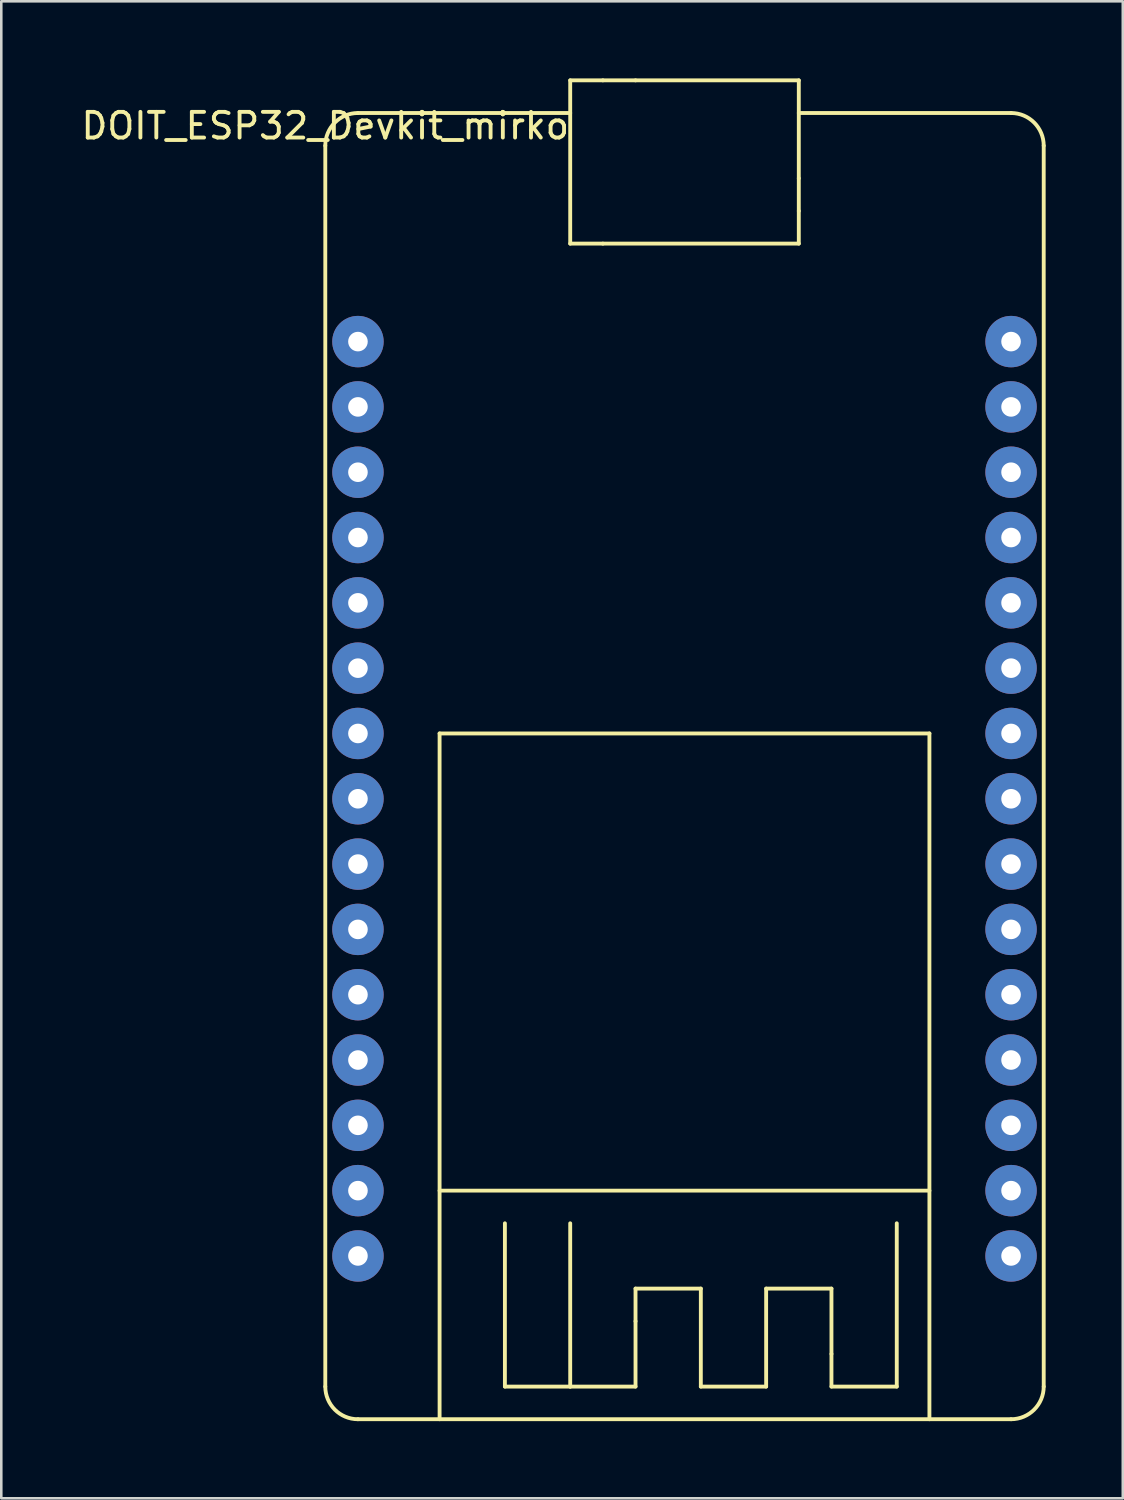
<source format=kicad_pcb>
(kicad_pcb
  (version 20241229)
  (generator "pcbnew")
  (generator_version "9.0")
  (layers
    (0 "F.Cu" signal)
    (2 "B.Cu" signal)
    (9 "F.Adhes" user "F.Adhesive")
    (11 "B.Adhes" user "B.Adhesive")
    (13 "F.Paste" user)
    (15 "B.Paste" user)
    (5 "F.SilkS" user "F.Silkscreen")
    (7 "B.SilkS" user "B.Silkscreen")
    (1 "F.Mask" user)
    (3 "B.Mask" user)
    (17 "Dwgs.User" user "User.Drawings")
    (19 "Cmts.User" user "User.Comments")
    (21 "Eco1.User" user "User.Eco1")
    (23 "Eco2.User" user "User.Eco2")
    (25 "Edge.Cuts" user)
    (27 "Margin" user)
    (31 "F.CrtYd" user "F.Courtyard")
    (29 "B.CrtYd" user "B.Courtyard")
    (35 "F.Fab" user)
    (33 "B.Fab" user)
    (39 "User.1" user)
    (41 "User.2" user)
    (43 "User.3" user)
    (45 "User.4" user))
  (footprint "DOIT_ESP32_Devkit_mirko"
    (layer "F.Cu")
    (at 9.601 1.345)
    (property "Reference" "DOIT_ESP32_Devkit_mirko" (at 0 0.5 0) (layer "F.SilkS") (effects (font (size 1 1) (thickness 0.15))))
    (attr through_hole)
    (fp_line (start 0 49.53) (end 0 1.27) (stroke (width 0.15) (type solid)) (layer "F.SilkS"))
    (fp_line (start 1.27 50.8) (end 26.67 50.8) (stroke (width 0.15) (type solid)) (layer "F.SilkS"))
    (fp_line (start 4.445 24.13) (end 23.495 24.13) (stroke (width 0.15) (type solid)) (layer "F.SilkS"))
    (fp_line (start 4.445 50.8) (end 4.445 24.13) (stroke (width 0.15) (type solid)) (layer "F.SilkS"))
    (fp_line (start 6.985 43.18) (end 6.985 49.53) (stroke (width 0.15) (type solid)) (layer "F.SilkS"))
    (fp_line (start 6.985 49.53) (end 9.525 49.53) (stroke (width 0.15) (type solid)) (layer "F.SilkS"))
    (fp_line (start 9.525 -1.27) (end 9.525 5.08) (stroke (width 0.15) (type solid)) (layer "F.SilkS"))
    (fp_line (start 9.525 0) (end 1.27 0) (stroke (width 0.15) (type solid)) (layer "F.SilkS"))
    (fp_line (start 9.525 5.08) (end 10.795 5.08) (stroke (width 0.15) (type solid)) (layer "F.SilkS"))
    (fp_line (start 9.525 49.53) (end 9.525 43.18) (stroke (width 0.15) (type solid)) (layer "F.SilkS"))
    (fp_line (start 9.525 49.53) (end 12.065 49.53) (stroke (width 0.15) (type solid)) (layer "F.SilkS"))
    (fp_line (start 10.795 -1.27) (end 9.525 -1.27) (stroke (width 0.15) (type solid)) (layer "F.SilkS"))
    (fp_line (start 12.065 -1.27) (end 10.795 -1.27) (stroke (width 0.15) (type solid)) (layer "F.SilkS"))
    (fp_line (start 12.065 -1.27) (end 18.415 -1.27) (stroke (width 0.15) (type solid)) (layer "F.SilkS"))
    (fp_line (start 12.065 45.72) (end 14.605 45.72) (stroke (width 0.15) (type solid)) (layer "F.SilkS"))
    (fp_line (start 12.065 46.99) (end 12.065 45.72) (stroke (width 0.15) (type solid)) (layer "F.SilkS"))
    (fp_line (start 12.065 49.53) (end 12.065 46.99) (stroke (width 0.15) (type solid)) (layer "F.SilkS"))
    (fp_line (start 14.605 45.72) (end 14.605 49.53) (stroke (width 0.15) (type solid)) (layer "F.SilkS"))
    (fp_line (start 14.605 49.53) (end 17.145 49.53) (stroke (width 0.15) (type solid)) (layer "F.SilkS"))
    (fp_line (start 17.145 45.72) (end 19.685 45.72) (stroke (width 0.15) (type solid)) (layer "F.SilkS"))
    (fp_line (start 17.145 49.53) (end 17.145 45.72) (stroke (width 0.15) (type solid)) (layer "F.SilkS"))
    (fp_line (start 18.415 -1.27) (end 18.415 2.54) (stroke (width 0.15) (type solid)) (layer "F.SilkS"))
    (fp_line (start 18.415 0) (end 26.67 0) (stroke (width 0.15) (type solid)) (layer "F.SilkS"))
    (fp_line (start 18.415 3.81) (end 18.415 2.54) (stroke (width 0.15) (type solid)) (layer "F.SilkS"))
    (fp_line (start 18.415 3.81) (end 18.415 5.08) (stroke (width 0.15) (type solid)) (layer "F.SilkS"))
    (fp_line (start 18.415 5.08) (end 10.795 5.08) (stroke (width 0.15) (type solid)) (layer "F.SilkS"))
    (fp_line (start 19.685 45.72) (end 19.685 48.26) (stroke (width 0.15) (type solid)) (layer "F.SilkS"))
    (fp_line (start 19.685 48.26) (end 19.685 49.53) (stroke (width 0.15) (type solid)) (layer "F.SilkS"))
    (fp_line (start 19.685 49.53) (end 22.225 49.53) (stroke (width 0.15) (type solid)) (layer "F.SilkS"))
    (fp_line (start 22.225 49.53) (end 22.225 43.18) (stroke (width 0.15) (type solid)) (layer "F.SilkS"))
    (fp_line (start 23.495 24.13) (end 23.495 50.8) (stroke (width 0.15) (type solid)) (layer "F.SilkS"))
    (fp_line (start 23.495 41.91) (end 4.445 41.91) (stroke (width 0.15) (type solid)) (layer "F.SilkS"))
    (fp_line (start 27.94 1.27) (end 27.94 49.53) (stroke (width 0.15) (type solid)) (layer "F.SilkS"))
    (fp_arc (start 0 1.27) (mid 0.371974 0.371974) (end 1.27 0) (stroke (width 0.15) (type solid)) (layer "F.SilkS"))
    (fp_arc (start 1.27 50.8) (mid 0.371974 50.428026) (end 0 49.53) (stroke (width 0.15) (type solid)) (layer "F.SilkS"))
    (fp_arc (start 26.67 0) (mid 27.568026 0.371974) (end 27.94 1.27) (stroke (width 0.15) (type solid)) (layer "F.SilkS"))
    (fp_arc (start 27.94 49.53) (mid 27.568026 50.428026) (end 26.67 50.8) (stroke (width 0.15) (type solid)) (layer "F.SilkS"))
    (pad "1" thru_hole circle (at 26.67 8.89) (size 2 2) (drill 0.762) (layers "*.Cu" "*.Mask"))
    (pad "2" thru_hole circle (at 26.67 11.43) (size 2 2) (drill 0.762) (layers "*.Cu" "*.Mask"))
    (pad "3" thru_hole circle (at 26.67 13.97) (size 2 2) (drill 0.762) (layers "*.Cu" "*.Mask"))
    (pad "4" thru_hole circle (at 26.67 16.51) (size 2 2) (drill 0.762) (layers "*.Cu" "*.Mask"))
    (pad "5" thru_hole circle (at 26.67 19.05) (size 2 2) (drill 0.762) (layers "*.Cu" "*.Mask"))
    (pad "6" thru_hole circle (at 26.67 21.59) (size 2 2) (drill 0.762) (layers "*.Cu" "*.Mask"))
    (pad "7" thru_hole circle (at 26.67 24.13) (size 2 2) (drill 0.762) (layers "*.Cu" "*.Mask"))
    (pad "8" thru_hole circle (at 26.67 26.67) (size 2 2) (drill 0.762) (layers "*.Cu" "*.Mask"))
    (pad "9" thru_hole circle (at 26.67 29.21) (size 2 2) (drill 0.762) (layers "*.Cu" "*.Mask"))
    (pad "10" thru_hole circle (at 26.67 31.75) (size 2 2) (drill 0.762) (layers "*.Cu" "*.Mask"))
    (pad "11" thru_hole circle (at 26.67 34.29) (size 2 2) (drill 0.762) (layers "*.Cu" "*.Mask"))
    (pad "12" thru_hole circle (at 26.67 36.83) (size 2 2) (drill 0.762) (layers "*.Cu" "*.Mask"))
    (pad "13" thru_hole circle (at 26.67 39.37) (size 2 2) (drill 0.762) (layers "*.Cu" "*.Mask"))
    (pad "14" thru_hole circle (at 26.67 41.91) (size 2 2) (drill 0.762) (layers "*.Cu" "*.Mask"))
    (pad "15" thru_hole circle (at 26.67 44.45) (size 2 2) (drill 0.762) (layers "*.Cu" "*.Mask"))
    (pad "16" thru_hole circle (at 1.27 44.45) (size 2 2) (drill 0.762) (layers "*.Cu" "*.Mask"))
    (pad "17" thru_hole circle (at 1.27 41.91) (size 2 2) (drill 0.762) (layers "*.Cu" "*.Mask"))
    (pad "18" thru_hole circle (at 1.27 39.37) (size 2 2) (drill 0.762) (layers "*.Cu" "*.Mask"))
    (pad "19" thru_hole circle (at 1.27 36.83) (size 2 2) (drill 0.762) (layers "*.Cu" "*.Mask"))
    (pad "20" thru_hole circle (at 1.27 34.29) (size 2 2) (drill 0.762) (layers "*.Cu" "*.Mask"))
    (pad "21" thru_hole circle (at 1.27 31.75) (size 2 2) (drill 0.762) (layers "*.Cu" "*.Mask"))
    (pad "22" thru_hole circle (at 1.27 29.21) (size 2 2) (drill 0.762) (layers "*.Cu" "*.Mask"))
    (pad "23" thru_hole circle (at 1.27 26.67) (size 2 2) (drill 0.762) (layers "*.Cu" "*.Mask"))
    (pad "24" thru_hole circle (at 1.27 24.13) (size 2 2) (drill 0.762) (layers "*.Cu" "*.Mask"))
    (pad "25" thru_hole circle (at 1.27 21.59) (size 2 2) (drill 0.762) (layers "*.Cu" "*.Mask"))
    (pad "26" thru_hole circle (at 1.27 19.05) (size 2 2) (drill 0.762) (layers "*.Cu" "*.Mask"))
    (pad "27" thru_hole circle (at 1.27 16.51) (size 2 2) (drill 0.762) (layers "*.Cu" "*.Mask"))
    (pad "28" thru_hole circle (at 1.27 13.97) (size 2 2) (drill 0.762) (layers "*.Cu" "*.Mask"))
    (pad "29" thru_hole circle (at 1.27 11.43) (size 2 2) (drill 0.762) (layers "*.Cu" "*.Mask"))
    (pad "30" thru_hole circle (at 1.27 8.89) (size 2 2) (drill 0.762) (layers "*.Cu" "*.Mask")))
  (gr_rect
    (start -3 -3)
    (end 40.616 55.22)
    (stroke (width 0.1) (type default))
    (fill no)
    (layer "Edge.Cuts")))
</source>
